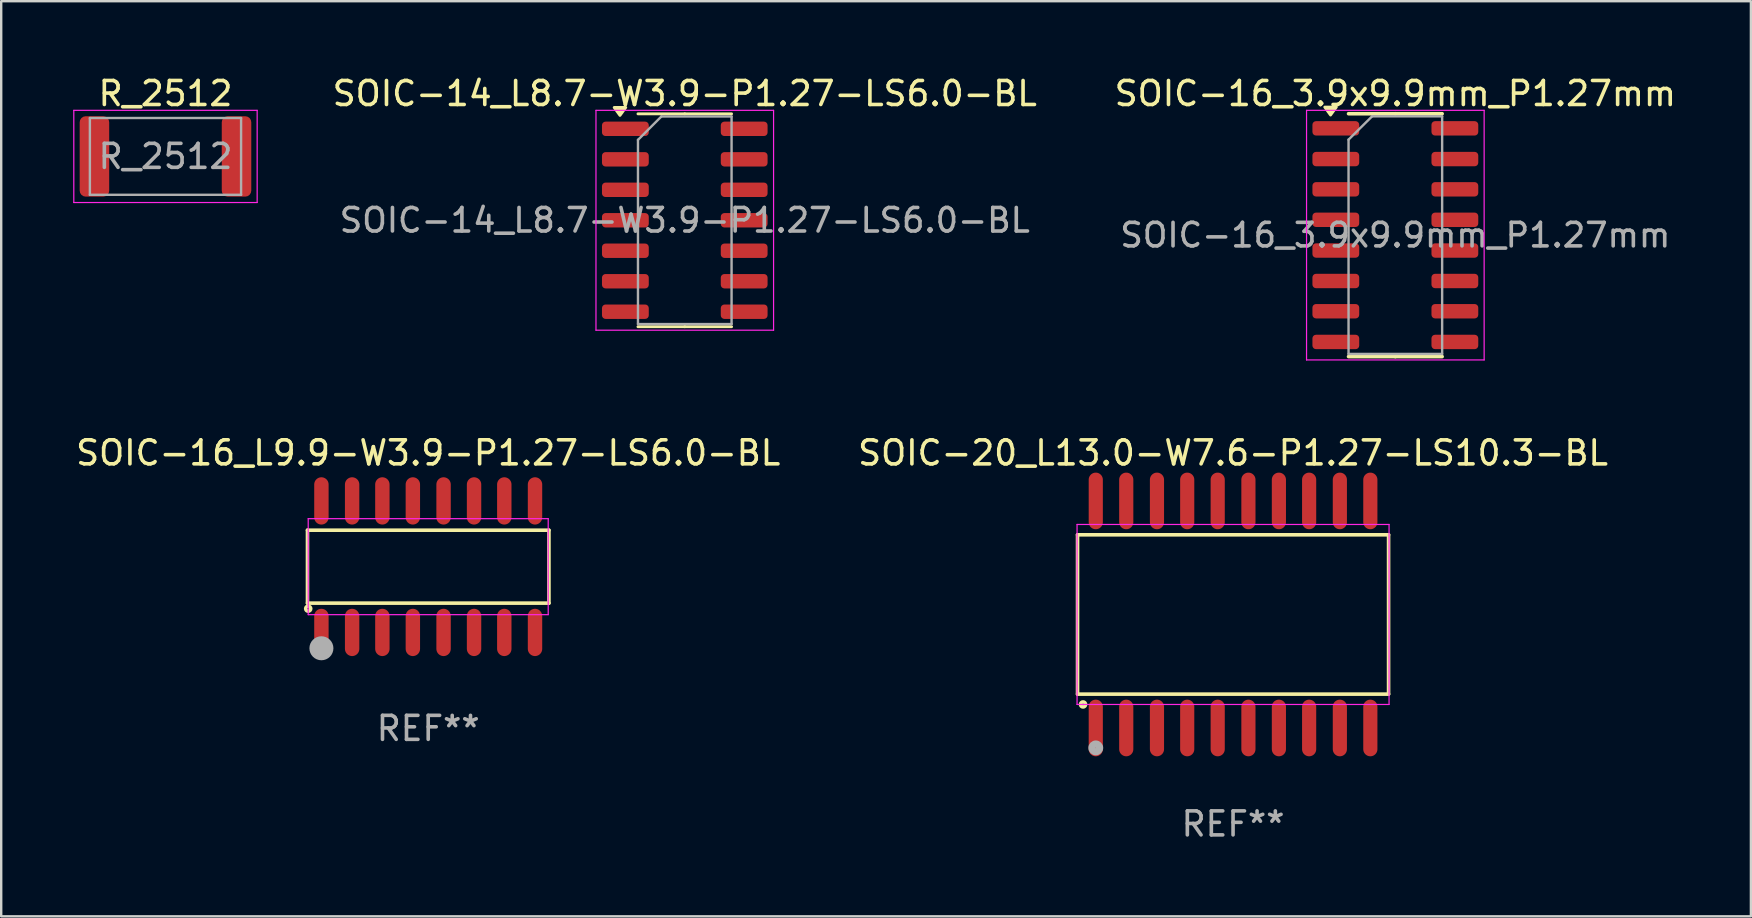
<source format=kicad_pcb>
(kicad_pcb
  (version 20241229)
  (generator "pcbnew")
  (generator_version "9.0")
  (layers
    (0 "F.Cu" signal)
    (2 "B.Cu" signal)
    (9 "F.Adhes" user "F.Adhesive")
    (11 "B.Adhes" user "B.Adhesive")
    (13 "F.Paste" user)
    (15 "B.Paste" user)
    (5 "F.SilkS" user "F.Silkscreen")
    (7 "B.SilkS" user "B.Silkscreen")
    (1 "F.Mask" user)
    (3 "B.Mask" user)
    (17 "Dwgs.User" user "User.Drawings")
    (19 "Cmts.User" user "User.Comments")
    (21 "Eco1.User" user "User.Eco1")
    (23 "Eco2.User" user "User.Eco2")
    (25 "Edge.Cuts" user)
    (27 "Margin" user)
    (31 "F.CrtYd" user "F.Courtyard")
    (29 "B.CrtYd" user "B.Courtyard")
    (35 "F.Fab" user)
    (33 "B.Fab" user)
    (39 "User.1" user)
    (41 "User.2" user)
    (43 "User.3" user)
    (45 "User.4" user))
  (footprint "SOIC-16_L9.9-W3.9-P1.27-LS6.0-BL"
    (layer "F.Cu")
    (at 14.792 20.561)
    (property "Reference" "SOIC-16_L9.9-W3.9-P1.27-LS6.0-BL" (at 0 -4.74 0) (layer "F.SilkS") (effects (font (size 1 1) (thickness 0.15))))
    (attr smd)
    (fp_line (start -5.03 -1.52) (end 5.03 -1.52) (stroke (width 0.15) (type solid)) (layer "F.SilkS"))
    (fp_line (start -5.03 1.52) (end -5.03 -1.52) (stroke (width 0.15) (type solid)) (layer "F.SilkS"))
    (fp_line (start 5.03 -1.52) (end 5.03 1.52) (stroke (width 0.15) (type solid)) (layer "F.SilkS"))
    (fp_line (start 5.03 1.52) (end -5.03 1.52) (stroke (width 0.15) (type solid)) (layer "F.SilkS"))
    (fp_circle (center -5 1.75) (end -4.97 1.75) (stroke (width 0.15) (type solid)) (fill no) (layer "F.SilkS"))
    (fp_line (start -5 -2) (end 5 -2) (stroke (width 0.05) (type default)) (layer "F.CrtYd"))
    (fp_line (start -5 2) (end -5 -2) (stroke (width 0.05) (type default)) (layer "F.CrtYd"))
    (fp_line (start 5 -2) (end 5 2) (stroke (width 0.05) (type default)) (layer "F.CrtYd"))
    (fp_line (start 5 2) (end -5 2) (stroke (width 0.05) (type default)) (layer "F.CrtYd"))
    (fp_circle (center -4.45 3.4) (end -4.2 3.4) (stroke (width 0.5) (type solid)) (fill no) (layer "F.Fab"))
    (fp_text user "REF**" (at 0 6.74 0) (layer "F.Fab") (effects (font (size 1 1) (thickness 0.15))))
    (pad "1" smd oval (at -4.45 2.74) (size 0.6 1.97) (layers "F.Cu" "F.Mask" "F.Paste"))
    (pad "2" smd oval (at -3.17 2.74) (size 0.6 1.97) (layers "F.Cu" "F.Mask" "F.Paste"))
    (pad "3" smd oval (at -1.91 2.74) (size 0.6 1.97) (layers "F.Cu" "F.Mask" "F.Paste"))
    (pad "4" smd oval (at -0.64 2.74) (size 0.6 1.97) (layers "F.Cu" "F.Mask" "F.Paste"))
    (pad "5" smd oval (at 0.64 2.74) (size 0.6 1.97) (layers "F.Cu" "F.Mask" "F.Paste"))
    (pad "6" smd oval (at 1.91 2.74) (size 0.6 1.97) (layers "F.Cu" "F.Mask" "F.Paste"))
    (pad "7" smd oval (at 3.17 2.74) (size 0.6 1.97) (layers "F.Cu" "F.Mask" "F.Paste"))
    (pad "8" smd oval (at 4.45 2.74) (size 0.6 1.97) (layers "F.Cu" "F.Mask" "F.Paste"))
    (pad "9" smd oval (at 4.45 -2.74) (size 0.6 1.97) (layers "F.Cu" "F.Mask" "F.Paste"))
    (pad "10" smd oval (at 3.17 -2.74) (size 0.6 1.97) (layers "F.Cu" "F.Mask" "F.Paste"))
    (pad "11" smd oval (at 1.91 -2.74) (size 0.6 1.97) (layers "F.Cu" "F.Mask" "F.Paste"))
    (pad "12" smd oval (at 0.64 -2.74) (size 0.6 1.97) (layers "F.Cu" "F.Mask" "F.Paste"))
    (pad "13" smd oval (at -0.64 -2.74) (size 0.6 1.97) (layers "F.Cu" "F.Mask" "F.Paste"))
    (pad "14" smd oval (at -1.91 -2.74) (size 0.6 1.97) (layers "F.Cu" "F.Mask" "F.Paste"))
    (pad "15" smd oval (at -3.17 -2.74) (size 0.6 1.97) (layers "F.Cu" "F.Mask" "F.Paste"))
    (pad "16" smd oval (at -4.45 -2.74) (size 0.6 1.97) (layers "F.Cu" "F.Mask" "F.Paste")))
  (footprint "SOIC-20_L13.0-W7.6-P1.27-LS10.3-BL"
    (layer "F.Cu")
    (at 48.327 22.552)
    (property "Reference" "SOIC-20_L13.0-W7.6-P1.27-LS10.3-BL" (at 0 -6.73 0) (layer "F.SilkS") (effects (font (size 1 1) (thickness 0.15))))
    (attr smd)
    (fp_line (start -6.48 -3.32) (end 6.48 -3.32) (stroke (width 0.15) (type solid)) (layer "F.SilkS"))
    (fp_line (start -6.48 3.32) (end -6.48 -3.32) (stroke (width 0.15) (type solid)) (layer "F.SilkS"))
    (fp_line (start 6.48 -3.32) (end 6.48 3.32) (stroke (width 0.15) (type solid)) (layer "F.SilkS"))
    (fp_line (start 6.48 3.32) (end -6.48 3.32) (stroke (width 0.15) (type solid)) (layer "F.SilkS"))
    (fp_circle (center -6.25 3.75) (end -6.22 3.75) (stroke (width 0.15) (type solid)) (fill no) (layer "F.SilkS"))
    (fp_line (start -6.5 -3.75) (end -6.5 3.75) (stroke (width 0.05) (type default)) (layer "F.CrtYd"))
    (fp_line (start -6.5 3.75) (end 6.5 3.75) (stroke (width 0.05) (type default)) (layer "F.CrtYd"))
    (fp_line (start 6.5 -3.75) (end -6.5 -3.75) (stroke (width 0.05) (type default)) (layer "F.CrtYd"))
    (fp_line (start 6.5 3.75) (end 6.5 -3.75) (stroke (width 0.05) (type default)) (layer "F.CrtYd"))
    (fp_circle (center -5.72 5.56) (end -5.56 5.56) (stroke (width 0.3) (type solid)) (fill no) (layer "F.Fab"))
    (fp_text user "REF**" (at 0 8.73 0) (layer "F.Fab") (effects (font (size 1 1) (thickness 0.15))))
    (pad "1" smd oval (at -5.72 4.73) (size 0.59 2.36) (layers "F.Cu" "F.Mask" "F.Paste"))
    (pad "2" smd oval (at -4.45 4.73) (size 0.59 2.36) (layers "F.Cu" "F.Mask" "F.Paste"))
    (pad "3" smd oval (at -3.17 4.73) (size 0.59 2.36) (layers "F.Cu" "F.Mask" "F.Paste"))
    (pad "4" smd oval (at -1.91 4.73) (size 0.59 2.36) (layers "F.Cu" "F.Mask" "F.Paste"))
    (pad "5" smd oval (at -0.64 4.73) (size 0.59 2.36) (layers "F.Cu" "F.Mask" "F.Paste"))
    (pad "6" smd oval (at 0.64 4.73) (size 0.59 2.36) (layers "F.Cu" "F.Mask" "F.Paste"))
    (pad "7" smd oval (at 1.91 4.73) (size 0.59 2.36) (layers "F.Cu" "F.Mask" "F.Paste"))
    (pad "8" smd oval (at 3.17 4.73) (size 0.59 2.36) (layers "F.Cu" "F.Mask" "F.Paste"))
    (pad "9" smd oval (at 4.45 4.73) (size 0.59 2.36) (layers "F.Cu" "F.Mask" "F.Paste"))
    (pad "10" smd oval (at 5.72 4.73) (size 0.59 2.36) (layers "F.Cu" "F.Mask" "F.Paste"))
    (pad "11" smd oval (at 5.72 -4.73) (size 0.59 2.36) (layers "F.Cu" "F.Mask" "F.Paste"))
    (pad "12" smd oval (at 4.45 -4.73) (size 0.59 2.36) (layers "F.Cu" "F.Mask" "F.Paste"))
    (pad "13" smd oval (at 3.17 -4.73) (size 0.59 2.36) (layers "F.Cu" "F.Mask" "F.Paste"))
    (pad "14" smd oval (at 1.91 -4.73) (size 0.59 2.36) (layers "F.Cu" "F.Mask" "F.Paste"))
    (pad "15" smd oval (at 0.64 -4.73) (size 0.59 2.36) (layers "F.Cu" "F.Mask" "F.Paste"))
    (pad "16" smd oval (at -0.64 -4.73) (size 0.59 2.36) (layers "F.Cu" "F.Mask" "F.Paste"))
    (pad "17" smd oval (at -1.91 -4.73) (size 0.59 2.36) (layers "F.Cu" "F.Mask" "F.Paste"))
    (pad "18" smd oval (at -3.17 -4.73) (size 0.59 2.36) (layers "F.Cu" "F.Mask" "F.Paste"))
    (pad "19" smd oval (at -4.45 -4.73) (size 0.59 2.36) (layers "F.Cu" "F.Mask" "F.Paste"))
    (pad "20" smd oval (at -5.72 -4.73) (size 0.59 2.36) (layers "F.Cu" "F.Mask" "F.Paste")))
  (footprint "SOIC-16_3.9x9.9mm_P1.27mm"
    (layer "F.Cu")
    (at 55.089 6.748)
    (property "Reference" "SOIC-16_3.9x9.9mm_P1.27mm" (at 0 -5.9 0) (layer "F.SilkS") (effects (font (size 1 1) (thickness 0.15))))
    (attr smd)
    (fp_line (start 0 -5.06) (end -1.95 -5.06) (stroke (width 0.15) (type solid)) (layer "F.SilkS"))
    (fp_line (start 0 -5.06) (end 1.95 -5.06) (stroke (width 0.15) (type solid)) (layer "F.SilkS"))
    (fp_line (start 0 5.06) (end -1.95 5.06) (stroke (width 0.15) (type solid)) (layer "F.SilkS"))
    (fp_line (start 0 5.06) (end 1.95 5.06) (stroke (width 0.15) (type solid)) (layer "F.SilkS"))
    (fp_poly (pts (xy -2.7 -5.005) (xy -2.94 -5.335) (xy -2.46 -5.335) (xy -2.7 -5.005)) (stroke (width 0.12) (type solid)) (fill yes) (layer "F.SilkS"))
    (fp_line (start -3.7 -5.2) (end -3.7 5.2) (stroke (width 0.05) (type solid)) (layer "F.CrtYd"))
    (fp_line (start -3.7 5.2) (end 3.7 5.2) (stroke (width 0.05) (type solid)) (layer "F.CrtYd"))
    (fp_line (start 3.7 -5.2) (end -3.7 -5.2) (stroke (width 0.05) (type solid)) (layer "F.CrtYd"))
    (fp_line (start 3.7 5.2) (end 3.7 -5.2) (stroke (width 0.05) (type solid)) (layer "F.CrtYd"))
    (fp_line (start -1.95 -3.98) (end -0.97 -4.95) (stroke (width 0.1) (type solid)) (layer "F.Fab"))
    (fp_line (start -1.95 4.95) (end -1.95 -3.98) (stroke (width 0.1) (type solid)) (layer "F.Fab"))
    (fp_line (start -0.97 -4.95) (end 1.95 -4.95) (stroke (width 0.1) (type solid)) (layer "F.Fab"))
    (fp_line (start 1.95 -4.95) (end 1.95 4.95) (stroke (width 0.1) (type solid)) (layer "F.Fab"))
    (fp_line (start 1.95 4.95) (end -1.95 4.95) (stroke (width 0.1) (type solid)) (layer "F.Fab"))
    (fp_text user "${REFERENCE}" (at 0 0 0) (layer "F.Fab") (effects (font (size 0.98 0.98) (thickness 0.15))))
    (pad "1" smd roundrect (at -2.48 -4.45) (size 1.95 0.6) (layers "F.Cu" "F.Mask" "F.Paste") (roundrect_rratio 0.25))
    (pad "2" smd roundrect (at -2.48 -3.17) (size 1.95 0.6) (layers "F.Cu" "F.Mask" "F.Paste") (roundrect_rratio 0.25))
    (pad "3" smd roundrect (at -2.48 -1.91) (size 1.95 0.6) (layers "F.Cu" "F.Mask" "F.Paste") (roundrect_rratio 0.25))
    (pad "4" smd roundrect (at -2.48 -0.64) (size 1.95 0.6) (layers "F.Cu" "F.Mask" "F.Paste") (roundrect_rratio 0.25))
    (pad "5" smd roundrect (at -2.48 0.64) (size 1.95 0.6) (layers "F.Cu" "F.Mask" "F.Paste") (roundrect_rratio 0.25))
    (pad "6" smd roundrect (at -2.48 1.91) (size 1.95 0.6) (layers "F.Cu" "F.Mask" "F.Paste") (roundrect_rratio 0.25))
    (pad "7" smd roundrect (at -2.48 3.17) (size 1.95 0.6) (layers "F.Cu" "F.Mask" "F.Paste") (roundrect_rratio 0.25))
    (pad "8" smd roundrect (at -2.48 4.45) (size 1.95 0.6) (layers "F.Cu" "F.Mask" "F.Paste") (roundrect_rratio 0.25))
    (pad "9" smd roundrect (at 2.48 4.45) (size 1.95 0.6) (layers "F.Cu" "F.Mask" "F.Paste") (roundrect_rratio 0.25))
    (pad "10" smd roundrect (at 2.48 3.17) (size 1.95 0.6) (layers "F.Cu" "F.Mask" "F.Paste") (roundrect_rratio 0.25))
    (pad "11" smd roundrect (at 2.48 1.91) (size 1.95 0.6) (layers "F.Cu" "F.Mask" "F.Paste") (roundrect_rratio 0.25))
    (pad "12" smd roundrect (at 2.48 0.64) (size 1.95 0.6) (layers "F.Cu" "F.Mask" "F.Paste") (roundrect_rratio 0.25))
    (pad "13" smd roundrect (at 2.48 -0.64) (size 1.95 0.6) (layers "F.Cu" "F.Mask" "F.Paste") (roundrect_rratio 0.25))
    (pad "14" smd roundrect (at 2.48 -1.91) (size 1.95 0.6) (layers "F.Cu" "F.Mask" "F.Paste") (roundrect_rratio 0.25))
    (pad "15" smd roundrect (at 2.48 -3.17) (size 1.95 0.6) (layers "F.Cu" "F.Mask" "F.Paste") (roundrect_rratio 0.25))
    (pad "16" smd roundrect (at 2.48 -4.45) (size 1.95 0.6) (layers "F.Cu" "F.Mask" "F.Paste") (roundrect_rratio 0.25)))
  (footprint "R_2512"
    (layer "F.Cu")
    (at 3.845 3.468)
    (property "Reference" "R_2512" (at 0 -2.62 0) (layer "F.SilkS") (effects (font (size 1 1) (thickness 0.15))))
    (attr smd)
    (fp_line (start -3.82 -1.92) (end 3.82 -1.92) (stroke (width 0.05) (type solid)) (layer "F.CrtYd"))
    (fp_line (start -3.82 1.92) (end -3.82 -1.92) (stroke (width 0.05) (type solid)) (layer "F.CrtYd"))
    (fp_line (start 3.82 -1.92) (end 3.82 1.92) (stroke (width 0.05) (type solid)) (layer "F.CrtYd"))
    (fp_line (start 3.82 1.92) (end -3.82 1.92) (stroke (width 0.05) (type solid)) (layer "F.CrtYd"))
    (fp_line (start -3.15 -1.6) (end 3.15 -1.6) (stroke (width 0.1) (type solid)) (layer "F.Fab"))
    (fp_line (start -3.15 1.6) (end -3.15 -1.6) (stroke (width 0.1) (type solid)) (layer "F.Fab"))
    (fp_line (start 3.15 -1.6) (end 3.15 1.6) (stroke (width 0.1) (type solid)) (layer "F.Fab"))
    (fp_line (start 3.15 1.6) (end -3.15 1.6) (stroke (width 0.1) (type solid)) (layer "F.Fab"))
    (fp_text user "${REFERENCE}" (at 0 0 0) (layer "F.Fab") (effects (font (size 1 1) (thickness 0.15))))
    (pad "1" smd roundrect (at -2.96 0) (size 1.23 3.35) (layers "F.Cu" "F.Mask" "F.Paste") (roundrect_rratio 0.204))
    (pad "2" smd roundrect (at 2.96 0) (size 1.23 3.35) (layers "F.Cu" "F.Mask" "F.Paste") (roundrect_rratio 0.204)))
  (footprint "SOIC-14_L8.7-W3.9-P1.27-LS6.0-BL"
    (layer "F.Cu")
    (at 25.482 6.128)
    (property "Reference" "SOIC-14_L8.7-W3.9-P1.27-LS6.0-BL" (at 0 -5.28 0) (layer "F.SilkS") (effects (font (size 1 1) (thickness 0.15))))
    (attr smd)
    (fp_line (start 0 -4.435) (end -1.95 -4.435) (stroke (width 0.12) (type solid)) (layer "F.SilkS"))
    (fp_line (start 0 -4.435) (end 1.95 -4.435) (stroke (width 0.12) (type solid)) (layer "F.SilkS"))
    (fp_line (start 0 4.435) (end -1.95 4.435) (stroke (width 0.12) (type solid)) (layer "F.SilkS"))
    (fp_line (start 0 4.435) (end 1.95 4.435) (stroke (width 0.12) (type solid)) (layer "F.SilkS"))
    (fp_poly (pts (xy -2.7 -4.37) (xy -2.94 -4.7) (xy -2.46 -4.7) (xy -2.7 -4.37)) (stroke (width 0.12) (type solid)) (fill yes) (layer "F.SilkS"))
    (fp_line (start -3.7 -4.58) (end -3.7 4.58) (stroke (width 0.05) (type solid)) (layer "F.CrtYd"))
    (fp_line (start -3.7 4.58) (end 3.7 4.58) (stroke (width 0.05) (type solid)) (layer "F.CrtYd"))
    (fp_line (start 3.7 -4.58) (end -3.7 -4.58) (stroke (width 0.05) (type solid)) (layer "F.CrtYd"))
    (fp_line (start 3.7 4.58) (end 3.7 -4.58) (stroke (width 0.05) (type solid)) (layer "F.CrtYd"))
    (fp_line (start -1.95 -3.35) (end -0.975 -4.325) (stroke (width 0.1) (type solid)) (layer "F.Fab"))
    (fp_line (start -1.95 4.325) (end -1.95 -3.35) (stroke (width 0.1) (type solid)) (layer "F.Fab"))
    (fp_line (start -0.975 -4.325) (end 1.95 -4.325) (stroke (width 0.1) (type solid)) (layer "F.Fab"))
    (fp_line (start 1.95 -4.325) (end 1.95 4.325) (stroke (width 0.1) (type solid)) (layer "F.Fab"))
    (fp_line (start 1.95 4.325) (end -1.95 4.325) (stroke (width 0.1) (type solid)) (layer "F.Fab"))
    (fp_text user "${REFERENCE}" (at 0 0 0) (layer "F.Fab") (effects (font (size 0.98 0.98) (thickness 0.15))))
    (pad "1" smd roundrect (at -2.475 -3.81) (size 1.95 0.6) (layers "F.Cu" "F.Mask" "F.Paste") (roundrect_rratio 0.25))
    (pad "2" smd roundrect (at -2.475 -2.54) (size 1.95 0.6) (layers "F.Cu" "F.Mask" "F.Paste") (roundrect_rratio 0.25))
    (pad "3" smd roundrect (at -2.475 -1.27) (size 1.95 0.6) (layers "F.Cu" "F.Mask" "F.Paste") (roundrect_rratio 0.25))
    (pad "4" smd roundrect (at -2.475 0) (size 1.95 0.6) (layers "F.Cu" "F.Mask" "F.Paste") (roundrect_rratio 0.25))
    (pad "5" smd roundrect (at -2.475 1.27) (size 1.95 0.6) (layers "F.Cu" "F.Mask" "F.Paste") (roundrect_rratio 0.25))
    (pad "6" smd roundrect (at -2.475 2.54) (size 1.95 0.6) (layers "F.Cu" "F.Mask" "F.Paste") (roundrect_rratio 0.25))
    (pad "7" smd roundrect (at -2.475 3.81) (size 1.95 0.6) (layers "F.Cu" "F.Mask" "F.Paste") (roundrect_rratio 0.25))
    (pad "8" smd roundrect (at 2.475 3.81) (size 1.95 0.6) (layers "F.Cu" "F.Mask" "F.Paste") (roundrect_rratio 0.25))
    (pad "9" smd roundrect (at 2.475 2.54) (size 1.95 0.6) (layers "F.Cu" "F.Mask" "F.Paste") (roundrect_rratio 0.25))
    (pad "10" smd roundrect (at 2.475 1.27) (size 1.95 0.6) (layers "F.Cu" "F.Mask" "F.Paste") (roundrect_rratio 0.25))
    (pad "11" smd roundrect (at 2.475 0) (size 1.95 0.6) (layers "F.Cu" "F.Mask" "F.Paste") (roundrect_rratio 0.25))
    (pad "12" smd roundrect (at 2.475 -1.27) (size 1.95 0.6) (layers "F.Cu" "F.Mask" "F.Paste") (roundrect_rratio 0.25))
    (pad "13" smd roundrect (at 2.475 -2.54) (size 1.95 0.6) (layers "F.Cu" "F.Mask" "F.Paste") (roundrect_rratio 0.25))
    (pad "14" smd roundrect (at 2.475 -3.81) (size 1.95 0.6) (layers "F.Cu" "F.Mask" "F.Paste") (roundrect_rratio 0.25)))
  (gr_rect
    (start -3 -3)
    (end 69.904 35.13)
    (stroke (width 0.1) (type default))
    (fill no)
    (layer "Edge.Cuts")))
</source>
